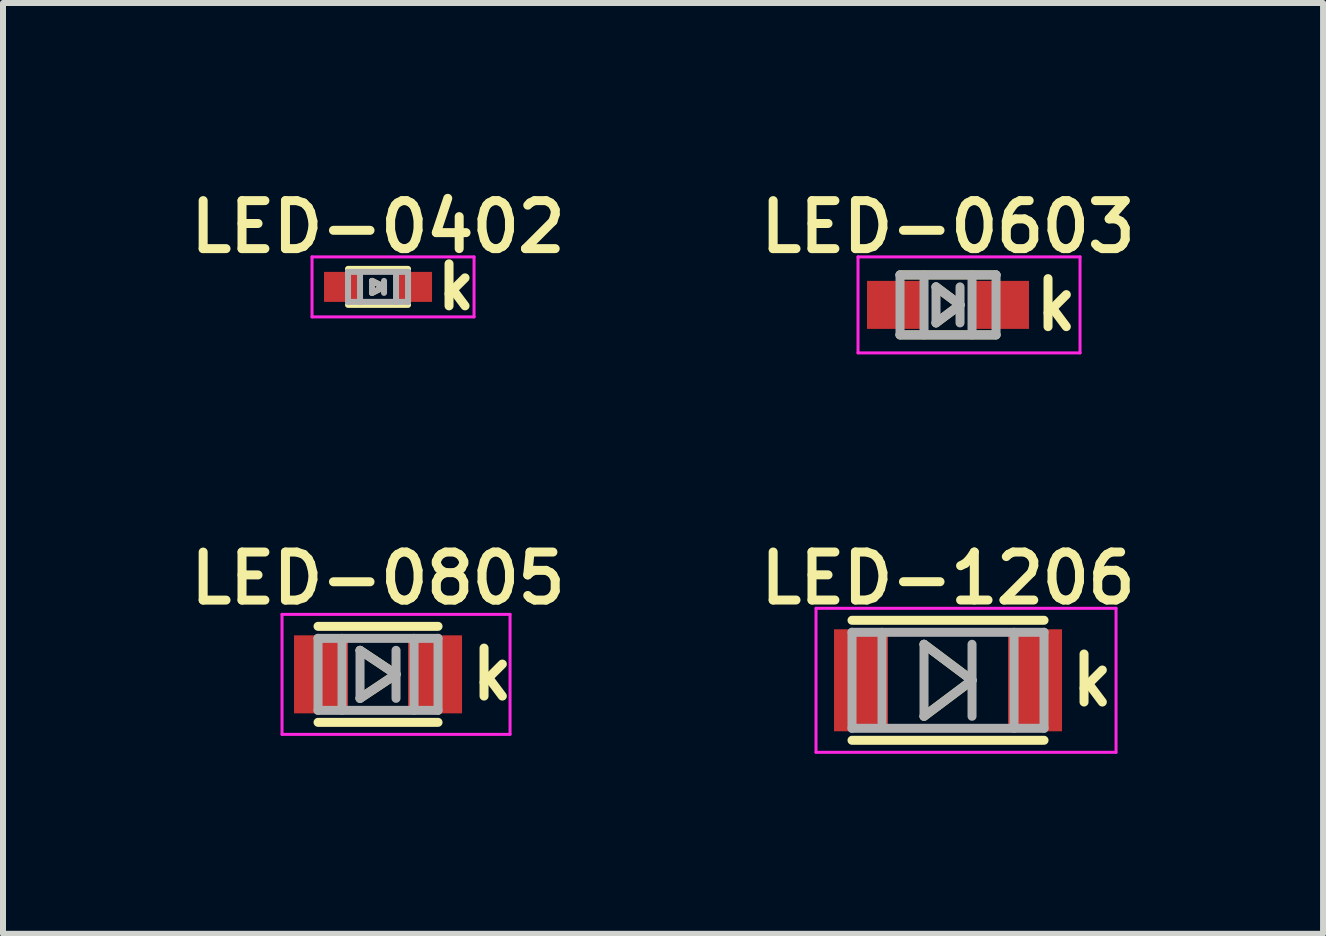
<source format=kicad_pcb>
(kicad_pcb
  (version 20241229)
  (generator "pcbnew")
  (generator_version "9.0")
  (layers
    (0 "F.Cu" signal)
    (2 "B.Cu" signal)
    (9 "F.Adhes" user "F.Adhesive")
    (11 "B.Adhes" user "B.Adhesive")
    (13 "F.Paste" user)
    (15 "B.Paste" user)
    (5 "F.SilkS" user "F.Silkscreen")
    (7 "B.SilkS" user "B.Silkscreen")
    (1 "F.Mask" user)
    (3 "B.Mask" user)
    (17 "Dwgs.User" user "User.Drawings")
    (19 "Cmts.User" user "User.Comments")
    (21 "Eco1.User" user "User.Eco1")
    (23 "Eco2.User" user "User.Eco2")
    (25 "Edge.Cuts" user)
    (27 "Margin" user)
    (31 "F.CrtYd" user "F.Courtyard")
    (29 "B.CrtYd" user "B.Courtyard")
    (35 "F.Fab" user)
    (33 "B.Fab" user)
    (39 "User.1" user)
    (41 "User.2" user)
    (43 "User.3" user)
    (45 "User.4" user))
  (footprint "LED-0402"
    (layer "F.Cu")
    (at 3.25 1.731)
    (property "Reference" "LED-0402" (at 0 -1 0) (layer "F.SilkS") (effects (font (size 0.8 0.8) (thickness 0.15))))
    (attr smd)
    (fp_line (start -0.5 -0.3) (end 0.5 -0.3) (stroke (width 0.1) (type solid)) (layer "F.SilkS"))
    (fp_line (start -0.5 0.3) (end 0.5 0.3) (stroke (width 0.1) (type solid)) (layer "F.SilkS"))
    (fp_line (start -0.1 -0.1) (end 0.1 0) (stroke (width 0.1) (type solid)) (layer "F.SilkS"))
    (fp_line (start 0.1 0) (end -0.1 0.1) (stroke (width 0.1) (type solid)) (layer "F.SilkS"))
    (fp_line (start -1.1 -0.5) (end 1.6 -0.5) (stroke (width 0.05) (type solid)) (layer "F.CrtYd"))
    (fp_line (start -1.1 0.5) (end -1.1 -0.5) (stroke (width 0.05) (type solid)) (layer "F.CrtYd"))
    (fp_line (start 1.6 -0.5) (end 1.6 0.5) (stroke (width 0.05) (type solid)) (layer "F.CrtYd"))
    (fp_line (start 1.6 0.5) (end -1.1 0.5) (stroke (width 0.05) (type solid)) (layer "F.CrtYd"))
    (fp_line (start -0.5 -0.25) (end 0.5 -0.25) (stroke (width 0.1) (type solid)) (layer "F.Fab"))
    (fp_line (start -0.5 0.25) (end -0.5 -0.25) (stroke (width 0.1) (type solid)) (layer "F.Fab"))
    (fp_line (start -0.3 -0.25) (end -0.3 0.25) (stroke (width 0.1) (type solid)) (layer "F.Fab"))
    (fp_line (start -0.1 -0.1) (end 0.1 0) (stroke (width 0.1) (type solid)) (layer "F.Fab"))
    (fp_line (start -0.1 0.1) (end -0.1 -0.1) (stroke (width 0.1) (type solid)) (layer "F.Fab"))
    (fp_line (start 0.1 -0.1) (end 0.1 0.1) (stroke (width 0.1) (type solid)) (layer "F.Fab"))
    (fp_line (start 0.1 0) (end -0.1 0.1) (stroke (width 0.1) (type solid)) (layer "F.Fab"))
    (fp_line (start 0.3 -0.25) (end 0.3 0.25) (stroke (width 0.1) (type solid)) (layer "F.Fab"))
    (fp_line (start 0.5 -0.25) (end 0.5 0.25) (stroke (width 0.1) (type solid)) (layer "F.Fab"))
    (fp_line (start 0.5 0.25) (end -0.5 0.25) (stroke (width 0.1) (type solid)) (layer "F.Fab"))
    (fp_text user "k" (at 1.3 0 0) (layer "F.SilkS") (effects (font (size 0.7 0.7) (thickness 0.15))))
    (pad "1" smd rect (at -0.6 0) (size 0.6 0.5) (layers "F.Cu" "F.Mask" "F.Paste"))
    (pad "2" smd rect (at 0.6 0) (size 0.6 0.5) (layers "F.Cu" "F.Mask" "F.Paste")))
  (footprint "LED-0603"
    (layer "F.Cu")
    (at 12.749 2.031)
    (property "Reference" "LED-0603" (at 0 -1.3 0) (layer "F.SilkS") (effects (font (size 0.8 0.8) (thickness 0.15))))
    (attr smd)
    (fp_line (start -0.8 -0.5) (end 0.8 -0.5) (stroke (width 0.15) (type solid)) (layer "F.SilkS"))
    (fp_line (start -0.8 0.5) (end 0.8 0.5) (stroke (width 0.15) (type solid)) (layer "F.SilkS"))
    (fp_line (start -0.2 -0.3) (end 0.2 0) (stroke (width 0.15) (type solid)) (layer "F.SilkS"))
    (fp_line (start 0.2 0) (end -0.2 0.3) (stroke (width 0.15) (type solid)) (layer "F.SilkS"))
    (fp_line (start -1.5 -0.8) (end 2.2 -0.8) (stroke (width 0.05) (type solid)) (layer "F.CrtYd"))
    (fp_line (start -1.5 0.8) (end -1.5 -0.8) (stroke (width 0.05) (type solid)) (layer "F.CrtYd"))
    (fp_line (start 2.2 -0.8) (end 2.2 0.8) (stroke (width 0.05) (type solid)) (layer "F.CrtYd"))
    (fp_line (start 2.2 0.8) (end -1.5 0.8) (stroke (width 0.05) (type solid)) (layer "F.CrtYd"))
    (fp_line (start -0.8 -0.5) (end 0.8 -0.5) (stroke (width 0.15) (type solid)) (layer "F.Fab"))
    (fp_line (start -0.8 0.5) (end -0.8 -0.5) (stroke (width 0.15) (type solid)) (layer "F.Fab"))
    (fp_line (start -0.4 -0.5) (end -0.4 0.5) (stroke (width 0.15) (type solid)) (layer "F.Fab"))
    (fp_line (start -0.2 -0.3) (end 0.2 0) (stroke (width 0.15) (type solid)) (layer "F.Fab"))
    (fp_line (start -0.2 0.3) (end -0.2 -0.3) (stroke (width 0.15) (type solid)) (layer "F.Fab"))
    (fp_line (start 0.2 -0.3) (end 0.2 0.3) (stroke (width 0.15) (type solid)) (layer "F.Fab"))
    (fp_line (start 0.2 0) (end -0.2 0.3) (stroke (width 0.15) (type solid)) (layer "F.Fab"))
    (fp_line (start 0.4 -0.5) (end 0.4 0.5) (stroke (width 0.15) (type solid)) (layer "F.Fab"))
    (fp_line (start 0.8 -0.5) (end 0.8 0.5) (stroke (width 0.15) (type solid)) (layer "F.Fab"))
    (fp_line (start 0.8 0.5) (end -0.8 0.5) (stroke (width 0.15) (type solid)) (layer "F.Fab"))
    (fp_text user "k" (at 1.8 0 0) (layer "F.SilkS") (effects (font (size 0.8 0.8) (thickness 0.15))))
    (pad "1" smd rect (at -0.9 0) (size 0.9 0.8) (layers "F.Cu" "F.Mask" "F.Paste"))
    (pad "2" smd rect (at 0.9 0) (size 0.9 0.8) (layers "F.Cu" "F.Mask" "F.Paste")))
  (footprint "LED-0805"
    (layer "F.Cu")
    (at 3.25 8.188)
    (property "Reference" "LED-0805" (at 0 -1.6 0) (layer "F.SilkS") (effects (font (size 0.8 0.8) (thickness 0.15))))
    (attr smd)
    (fp_line (start -1 -0.8) (end 1 -0.8) (stroke (width 0.15) (type solid)) (layer "F.SilkS"))
    (fp_line (start -0.3 -0.4) (end 0.3 0) (stroke (width 0.15) (type solid)) (layer "F.SilkS"))
    (fp_line (start 0.3 0) (end -0.3 0.4) (stroke (width 0.15) (type solid)) (layer "F.SilkS"))
    (fp_line (start 1 0.8) (end -1 0.8) (stroke (width 0.15) (type solid)) (layer "F.SilkS"))
    (fp_line (start -1.6 -1) (end -1.6 1) (stroke (width 0.05) (type solid)) (layer "F.CrtYd"))
    (fp_line (start -1.6 -1) (end 2.2 -1) (stroke (width 0.05) (type solid)) (layer "F.CrtYd"))
    (fp_line (start 2.2 -1) (end 2.2 1) (stroke (width 0.05) (type solid)) (layer "F.CrtYd"))
    (fp_line (start 2.2 1) (end -1.6 1) (stroke (width 0.05) (type solid)) (layer "F.CrtYd"))
    (fp_line (start -1 -0.6) (end 1 -0.6) (stroke (width 0.15) (type solid)) (layer "F.Fab"))
    (fp_line (start -1 0.6) (end -1 -0.6) (stroke (width 0.15) (type solid)) (layer "F.Fab"))
    (fp_line (start -0.6 -0.6) (end -0.6 0.6) (stroke (width 0.15) (type solid)) (layer "F.Fab"))
    (fp_line (start -0.3 -0.4) (end 0.3 0) (stroke (width 0.15) (type solid)) (layer "F.Fab"))
    (fp_line (start -0.3 0.4) (end -0.3 -0.4) (stroke (width 0.15) (type solid)) (layer "F.Fab"))
    (fp_line (start 0.3 -0.4) (end 0.3 0.4) (stroke (width 0.15) (type solid)) (layer "F.Fab"))
    (fp_line (start 0.3 0) (end -0.3 0.4) (stroke (width 0.15) (type solid)) (layer "F.Fab"))
    (fp_line (start 0.6 -0.6) (end 0.6 0.6) (stroke (width 0.15) (type solid)) (layer "F.Fab"))
    (fp_line (start 1 -0.6) (end 1 0.6) (stroke (width 0.15) (type solid)) (layer "F.Fab"))
    (fp_line (start 1 0.6) (end -1 0.6) (stroke (width 0.15) (type solid)) (layer "F.Fab"))
    (fp_text user "k" (at 1.9 0 0) (layer "F.SilkS") (effects (font (size 0.8 0.8) (thickness 0.15))))
    (pad "1" smd rect (at -0.95 0) (size 0.9 1.3) (layers "F.Cu" "F.Mask" "F.Paste"))
    (pad "2" smd rect (at 0.95 0) (size 0.9 1.3) (layers "F.Cu" "F.Mask" "F.Paste")))
  (footprint "LED-1206"
    (layer "F.Cu")
    (at 12.749 8.287)
    (property "Reference" "LED-1206" (at 0 -1.7 0) (layer "F.SilkS") (effects (font (size 0.8 0.8) (thickness 0.15))))
    (attr smd)
    (fp_line (start -1.6 -1) (end 1.6 -1) (stroke (width 0.15) (type solid)) (layer "F.SilkS"))
    (fp_line (start -0.4 -0.6) (end 0.4 0) (stroke (width 0.15) (type solid)) (layer "F.SilkS"))
    (fp_line (start 0.4 0) (end -0.4 0.6) (stroke (width 0.15) (type solid)) (layer "F.SilkS"))
    (fp_line (start 1.6 1) (end -1.6 1) (stroke (width 0.15) (type solid)) (layer "F.SilkS"))
    (fp_line (start -2.2 -1.2) (end -2.2 1.2) (stroke (width 0.05) (type solid)) (layer "F.CrtYd"))
    (fp_line (start -2.2 1.2) (end 2.8 1.2) (stroke (width 0.05) (type solid)) (layer "F.CrtYd"))
    (fp_line (start 2.8 -1.2) (end -2.2 -1.2) (stroke (width 0.05) (type solid)) (layer "F.CrtYd"))
    (fp_line (start 2.8 -1.2) (end 2.8 1.2) (stroke (width 0.05) (type solid)) (layer "F.CrtYd"))
    (fp_line (start -1.6 -0.8) (end 1.6 -0.8) (stroke (width 0.15) (type solid)) (layer "F.Fab"))
    (fp_line (start -1.6 0.8) (end -1.6 -0.8) (stroke (width 0.15) (type solid)) (layer "F.Fab"))
    (fp_line (start -1.1 -0.8) (end -1.1 0.7) (stroke (width 0.15) (type solid)) (layer "F.Fab"))
    (fp_line (start -0.4 -0.6) (end 0.4 0) (stroke (width 0.15) (type solid)) (layer "F.Fab"))
    (fp_line (start -0.4 0.6) (end -0.4 -0.6) (stroke (width 0.15) (type solid)) (layer "F.Fab"))
    (fp_line (start 0.4 -0.6) (end 0.4 0.6) (stroke (width 0.15) (type solid)) (layer "F.Fab"))
    (fp_line (start 0.4 0) (end -0.4 0.6) (stroke (width 0.15) (type solid)) (layer "F.Fab"))
    (fp_line (start 1.1 -0.8) (end 1.1 0.8) (stroke (width 0.15) (type solid)) (layer "F.Fab"))
    (fp_line (start 1.6 -0.8) (end 1.6 0.8) (stroke (width 0.15) (type solid)) (layer "F.Fab"))
    (fp_line (start 1.6 0.8) (end -1.6 0.8) (stroke (width 0.15) (type solid)) (layer "F.Fab"))
    (fp_text user "k" (at 2.4 0 0) (layer "F.SilkS") (effects (font (size 0.8 0.8) (thickness 0.15))))
    (pad "1" smd rect (at -1.45 0) (size 0.9 1.7) (layers "F.Cu" "F.Mask" "F.Paste"))
    (pad "2" smd rect (at 1.45 0) (size 0.9 1.7) (layers "F.Cu" "F.Mask" "F.Paste")))
  (gr_rect
    (start -3 -3)
    (end 18.999 12.512)
    (stroke (width 0.1) (type default))
    (fill no)
    (layer "Edge.Cuts")))
</source>
